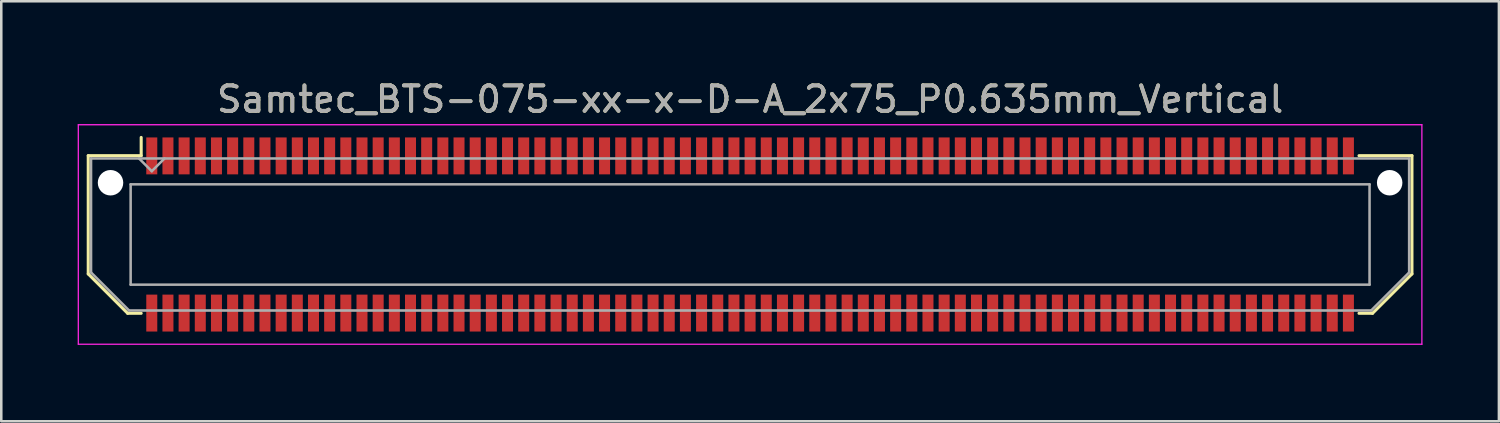
<source format=kicad_pcb>
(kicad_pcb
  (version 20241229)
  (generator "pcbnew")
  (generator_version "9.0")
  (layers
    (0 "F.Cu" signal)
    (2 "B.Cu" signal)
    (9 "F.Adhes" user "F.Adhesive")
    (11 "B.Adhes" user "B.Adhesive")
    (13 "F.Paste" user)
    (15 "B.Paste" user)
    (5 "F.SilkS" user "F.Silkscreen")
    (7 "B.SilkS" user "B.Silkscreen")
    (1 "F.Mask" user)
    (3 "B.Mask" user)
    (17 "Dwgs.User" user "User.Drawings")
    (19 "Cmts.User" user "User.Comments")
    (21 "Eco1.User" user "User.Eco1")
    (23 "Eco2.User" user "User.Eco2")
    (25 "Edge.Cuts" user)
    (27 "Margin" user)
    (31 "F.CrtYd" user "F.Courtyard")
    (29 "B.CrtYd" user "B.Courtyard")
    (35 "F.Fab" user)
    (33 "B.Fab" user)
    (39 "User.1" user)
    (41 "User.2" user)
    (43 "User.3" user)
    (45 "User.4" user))
  (footprint "Samtec_BTS-075-xx-x-D-A_2x75_P0.635mm_Vertical"
    (layer "F.Cu")
    (at 26.405 6.158)
    (property "Reference" "Samtec_BTS-075-xx-x-D-A_2x75_P0.635mm_Vertical" (at 0 -5.31 0) (layer "F.SilkS") (effects (font (size 1 1) (thickness 0.15))))
    (attr smd)
    (fp_line (start -25.99 -3.095) (end -25.99 1.548) (stroke (width 0.12) (type solid)) (layer "F.SilkS"))
    (fp_line (start -25.99 1.548) (end -24.442 3.095) (stroke (width 0.12) (type solid)) (layer "F.SilkS"))
    (fp_line (start -24.442 3.095) (end -23.911 3.095) (stroke (width 0.12) (type solid)) (layer "F.SilkS"))
    (fp_line (start -23.911 -3.811) (end -23.911 -3.095) (stroke (width 0.12) (type solid)) (layer "F.SilkS"))
    (fp_line (start -23.911 -3.095) (end -25.99 -3.095) (stroke (width 0.12) (type solid)) (layer "F.SilkS"))
    (fp_line (start 23.911 -3.095) (end 25.99 -3.095) (stroke (width 0.12) (type solid)) (layer "F.SilkS"))
    (fp_line (start 24.442 3.095) (end 23.911 3.095) (stroke (width 0.12) (type solid)) (layer "F.SilkS"))
    (fp_line (start 25.99 -3.095) (end 25.99 1.548) (stroke (width 0.12) (type solid)) (layer "F.SilkS"))
    (fp_line (start 25.99 1.548) (end 24.442 3.095) (stroke (width 0.12) (type solid)) (layer "F.SilkS"))
    (fp_line (start -26.38 -4.31) (end -26.38 4.31) (stroke (width 0.05) (type solid)) (layer "F.CrtYd"))
    (fp_line (start -26.38 4.31) (end 26.38 4.31) (stroke (width 0.05) (type solid)) (layer "F.CrtYd"))
    (fp_line (start 26.38 -4.31) (end -26.38 -4.31) (stroke (width 0.05) (type solid)) (layer "F.CrtYd"))
    (fp_line (start 26.38 4.31) (end 26.38 -4.31) (stroke (width 0.05) (type solid)) (layer "F.CrtYd"))
    (fp_line (start -25.88 -2.985) (end -25.88 1.492) (stroke (width 0.1) (type solid)) (layer "F.Fab"))
    (fp_line (start -25.88 -2.985) (end 25.88 -2.985) (stroke (width 0.1) (type solid)) (layer "F.Fab"))
    (fp_line (start -25.88 1.492) (end -24.387 2.985) (stroke (width 0.1) (type solid)) (layer "F.Fab"))
    (fp_line (start -24.387 2.985) (end 24.387 2.985) (stroke (width 0.1) (type solid)) (layer "F.Fab"))
    (fp_line (start -24.325 -1.97) (end -24.325 1.97) (stroke (width 0.1) (type solid)) (layer "F.Fab"))
    (fp_line (start -24.325 1.97) (end 24.325 1.97) (stroke (width 0.1) (type solid)) (layer "F.Fab"))
    (fp_line (start -23.495 -2.485) (end -23.995 -2.985) (stroke (width 0.1) (type solid)) (layer "F.Fab"))
    (fp_line (start -22.995 -2.985) (end -23.495 -2.485) (stroke (width 0.1) (type solid)) (layer "F.Fab"))
    (fp_line (start 24.325 -1.97) (end -24.325 -1.97) (stroke (width 0.1) (type solid)) (layer "F.Fab"))
    (fp_line (start 24.325 1.97) (end 24.325 -1.97) (stroke (width 0.1) (type solid)) (layer "F.Fab"))
    (fp_line (start 25.88 -2.985) (end 25.88 1.492) (stroke (width 0.1) (type solid)) (layer "F.Fab"))
    (fp_line (start 25.88 1.492) (end 24.387 2.985) (stroke (width 0.1) (type solid)) (layer "F.Fab"))
    (fp_text user "${REFERENCE}" (at 0 -5.31 0) (layer "F.Fab") (effects (font (size 1 1) (thickness 0.15))))
    (pad "" np_thru_hole circle (at -25.115 -2.032) (size 1 1) (drill 1) (layers "*.Cu" "*.Mask"))
    (pad "" np_thru_hole circle (at 25.115 -2.032) (size 1 1) (drill 1) (layers "*.Cu" "*.Mask"))
    (pad "1" smd rect (at -23.495 -3.086) (size 0.432 1.45) (layers "F.Cu" "F.Mask" "F.Paste"))
    (pad "2" smd rect (at -23.495 3.086) (size 0.432 1.45) (layers "F.Cu" "F.Mask" "F.Paste"))
    (pad "3" smd rect (at -22.86 -3.086) (size 0.432 1.45) (layers "F.Cu" "F.Mask" "F.Paste"))
    (pad "4" smd rect (at -22.86 3.086) (size 0.432 1.45) (layers "F.Cu" "F.Mask" "F.Paste"))
    (pad "5" smd rect (at -22.225 -3.086) (size 0.432 1.45) (layers "F.Cu" "F.Mask" "F.Paste"))
    (pad "6" smd rect (at -22.225 3.086) (size 0.432 1.45) (layers "F.Cu" "F.Mask" "F.Paste"))
    (pad "7" smd rect (at -21.59 -3.086) (size 0.432 1.45) (layers "F.Cu" "F.Mask" "F.Paste"))
    (pad "8" smd rect (at -21.59 3.086) (size 0.432 1.45) (layers "F.Cu" "F.Mask" "F.Paste"))
    (pad "9" smd rect (at -20.955 -3.086) (size 0.432 1.45) (layers "F.Cu" "F.Mask" "F.Paste"))
    (pad "10" smd rect (at -20.955 3.086) (size 0.432 1.45) (layers "F.Cu" "F.Mask" "F.Paste"))
    (pad "11" smd rect (at -20.32 -3.086) (size 0.432 1.45) (layers "F.Cu" "F.Mask" "F.Paste"))
    (pad "12" smd rect (at -20.32 3.086) (size 0.432 1.45) (layers "F.Cu" "F.Mask" "F.Paste"))
    (pad "13" smd rect (at -19.685 -3.086) (size 0.432 1.45) (layers "F.Cu" "F.Mask" "F.Paste"))
    (pad "14" smd rect (at -19.685 3.086) (size 0.432 1.45) (layers "F.Cu" "F.Mask" "F.Paste"))
    (pad "15" smd rect (at -19.05 -3.086) (size 0.432 1.45) (layers "F.Cu" "F.Mask" "F.Paste"))
    (pad "16" smd rect (at -19.05 3.086) (size 0.432 1.45) (layers "F.Cu" "F.Mask" "F.Paste"))
    (pad "17" smd rect (at -18.415 -3.086) (size 0.432 1.45) (layers "F.Cu" "F.Mask" "F.Paste"))
    (pad "18" smd rect (at -18.415 3.086) (size 0.432 1.45) (layers "F.Cu" "F.Mask" "F.Paste"))
    (pad "19" smd rect (at -17.78 -3.086) (size 0.432 1.45) (layers "F.Cu" "F.Mask" "F.Paste"))
    (pad "20" smd rect (at -17.78 3.086) (size 0.432 1.45) (layers "F.Cu" "F.Mask" "F.Paste"))
    (pad "21" smd rect (at -17.145 -3.086) (size 0.432 1.45) (layers "F.Cu" "F.Mask" "F.Paste"))
    (pad "22" smd rect (at -17.145 3.086) (size 0.432 1.45) (layers "F.Cu" "F.Mask" "F.Paste"))
    (pad "23" smd rect (at -16.51 -3.086) (size 0.432 1.45) (layers "F.Cu" "F.Mask" "F.Paste"))
    (pad "24" smd rect (at -16.51 3.086) (size 0.432 1.45) (layers "F.Cu" "F.Mask" "F.Paste"))
    (pad "25" smd rect (at -15.875 -3.086) (size 0.432 1.45) (layers "F.Cu" "F.Mask" "F.Paste"))
    (pad "26" smd rect (at -15.875 3.086) (size 0.432 1.45) (layers "F.Cu" "F.Mask" "F.Paste"))
    (pad "27" smd rect (at -15.24 -3.086) (size 0.432 1.45) (layers "F.Cu" "F.Mask" "F.Paste"))
    (pad "28" smd rect (at -15.24 3.086) (size 0.432 1.45) (layers "F.Cu" "F.Mask" "F.Paste"))
    (pad "29" smd rect (at -14.605 -3.086) (size 0.432 1.45) (layers "F.Cu" "F.Mask" "F.Paste"))
    (pad "30" smd rect (at -14.605 3.086) (size 0.432 1.45) (layers "F.Cu" "F.Mask" "F.Paste"))
    (pad "31" smd rect (at -13.97 -3.086) (size 0.432 1.45) (layers "F.Cu" "F.Mask" "F.Paste"))
    (pad "32" smd rect (at -13.97 3.086) (size 0.432 1.45) (layers "F.Cu" "F.Mask" "F.Paste"))
    (pad "33" smd rect (at -13.335 -3.086) (size 0.432 1.45) (layers "F.Cu" "F.Mask" "F.Paste"))
    (pad "34" smd rect (at -13.335 3.086) (size 0.432 1.45) (layers "F.Cu" "F.Mask" "F.Paste"))
    (pad "35" smd rect (at -12.7 -3.086) (size 0.432 1.45) (layers "F.Cu" "F.Mask" "F.Paste"))
    (pad "36" smd rect (at -12.7 3.086) (size 0.432 1.45) (layers "F.Cu" "F.Mask" "F.Paste"))
    (pad "37" smd rect (at -12.065 -3.086) (size 0.432 1.45) (layers "F.Cu" "F.Mask" "F.Paste"))
    (pad "38" smd rect (at -12.065 3.086) (size 0.432 1.45) (layers "F.Cu" "F.Mask" "F.Paste"))
    (pad "39" smd rect (at -11.43 -3.086) (size 0.432 1.45) (layers "F.Cu" "F.Mask" "F.Paste"))
    (pad "40" smd rect (at -11.43 3.086) (size 0.432 1.45) (layers "F.Cu" "F.Mask" "F.Paste"))
    (pad "41" smd rect (at -10.795 -3.086) (size 0.432 1.45) (layers "F.Cu" "F.Mask" "F.Paste"))
    (pad "42" smd rect (at -10.795 3.086) (size 0.432 1.45) (layers "F.Cu" "F.Mask" "F.Paste"))
    (pad "43" smd rect (at -10.16 -3.086) (size 0.432 1.45) (layers "F.Cu" "F.Mask" "F.Paste"))
    (pad "44" smd rect (at -10.16 3.086) (size 0.432 1.45) (layers "F.Cu" "F.Mask" "F.Paste"))
    (pad "45" smd rect (at -9.525 -3.086) (size 0.432 1.45) (layers "F.Cu" "F.Mask" "F.Paste"))
    (pad "46" smd rect (at -9.525 3.086) (size 0.432 1.45) (layers "F.Cu" "F.Mask" "F.Paste"))
    (pad "47" smd rect (at -8.89 -3.086) (size 0.432 1.45) (layers "F.Cu" "F.Mask" "F.Paste"))
    (pad "48" smd rect (at -8.89 3.086) (size 0.432 1.45) (layers "F.Cu" "F.Mask" "F.Paste"))
    (pad "49" smd rect (at -8.255 -3.086) (size 0.432 1.45) (layers "F.Cu" "F.Mask" "F.Paste"))
    (pad "50" smd rect (at -8.255 3.086) (size 0.432 1.45) (layers "F.Cu" "F.Mask" "F.Paste"))
    (pad "51" smd rect (at -7.62 -3.086) (size 0.432 1.45) (layers "F.Cu" "F.Mask" "F.Paste"))
    (pad "52" smd rect (at -7.62 3.086) (size 0.432 1.45) (layers "F.Cu" "F.Mask" "F.Paste"))
    (pad "53" smd rect (at -6.985 -3.086) (size 0.432 1.45) (layers "F.Cu" "F.Mask" "F.Paste"))
    (pad "54" smd rect (at -6.985 3.086) (size 0.432 1.45) (layers "F.Cu" "F.Mask" "F.Paste"))
    (pad "55" smd rect (at -6.35 -3.086) (size 0.432 1.45) (layers "F.Cu" "F.Mask" "F.Paste"))
    (pad "56" smd rect (at -6.35 3.086) (size 0.432 1.45) (layers "F.Cu" "F.Mask" "F.Paste"))
    (pad "57" smd rect (at -5.715 -3.086) (size 0.432 1.45) (layers "F.Cu" "F.Mask" "F.Paste"))
    (pad "58" smd rect (at -5.715 3.086) (size 0.432 1.45) (layers "F.Cu" "F.Mask" "F.Paste"))
    (pad "59" smd rect (at -5.08 -3.086) (size 0.432 1.45) (layers "F.Cu" "F.Mask" "F.Paste"))
    (pad "60" smd rect (at -5.08 3.086) (size 0.432 1.45) (layers "F.Cu" "F.Mask" "F.Paste"))
    (pad "61" smd rect (at -4.445 -3.086) (size 0.432 1.45) (layers "F.Cu" "F.Mask" "F.Paste"))
    (pad "62" smd rect (at -4.445 3.086) (size 0.432 1.45) (layers "F.Cu" "F.Mask" "F.Paste"))
    (pad "63" smd rect (at -3.81 -3.086) (size 0.432 1.45) (layers "F.Cu" "F.Mask" "F.Paste"))
    (pad "64" smd rect (at -3.81 3.086) (size 0.432 1.45) (layers "F.Cu" "F.Mask" "F.Paste"))
    (pad "65" smd rect (at -3.175 -3.086) (size 0.432 1.45) (layers "F.Cu" "F.Mask" "F.Paste"))
    (pad "66" smd rect (at -3.175 3.086) (size 0.432 1.45) (layers "F.Cu" "F.Mask" "F.Paste"))
    (pad "67" smd rect (at -2.54 -3.086) (size 0.432 1.45) (layers "F.Cu" "F.Mask" "F.Paste"))
    (pad "68" smd rect (at -2.54 3.086) (size 0.432 1.45) (layers "F.Cu" "F.Mask" "F.Paste"))
    (pad "69" smd rect (at -1.905 -3.086) (size 0.432 1.45) (layers "F.Cu" "F.Mask" "F.Paste"))
    (pad "70" smd rect (at -1.905 3.086) (size 0.432 1.45) (layers "F.Cu" "F.Mask" "F.Paste"))
    (pad "71" smd rect (at -1.27 -3.086) (size 0.432 1.45) (layers "F.Cu" "F.Mask" "F.Paste"))
    (pad "72" smd rect (at -1.27 3.086) (size 0.432 1.45) (layers "F.Cu" "F.Mask" "F.Paste"))
    (pad "73" smd rect (at -0.635 -3.086) (size 0.432 1.45) (layers "F.Cu" "F.Mask" "F.Paste"))
    (pad "74" smd rect (at -0.635 3.086) (size 0.432 1.45) (layers "F.Cu" "F.Mask" "F.Paste"))
    (pad "75" smd rect (at 0 -3.086) (size 0.432 1.45) (layers "F.Cu" "F.Mask" "F.Paste"))
    (pad "76" smd rect (at 0 3.086) (size 0.432 1.45) (layers "F.Cu" "F.Mask" "F.Paste"))
    (pad "77" smd rect (at 0.635 -3.086) (size 0.432 1.45) (layers "F.Cu" "F.Mask" "F.Paste"))
    (pad "78" smd rect (at 0.635 3.086) (size 0.432 1.45) (layers "F.Cu" "F.Mask" "F.Paste"))
    (pad "79" smd rect (at 1.27 -3.086) (size 0.432 1.45) (layers "F.Cu" "F.Mask" "F.Paste"))
    (pad "80" smd rect (at 1.27 3.086) (size 0.432 1.45) (layers "F.Cu" "F.Mask" "F.Paste"))
    (pad "81" smd rect (at 1.905 -3.086) (size 0.432 1.45) (layers "F.Cu" "F.Mask" "F.Paste"))
    (pad "82" smd rect (at 1.905 3.086) (size 0.432 1.45) (layers "F.Cu" "F.Mask" "F.Paste"))
    (pad "83" smd rect (at 2.54 -3.086) (size 0.432 1.45) (layers "F.Cu" "F.Mask" "F.Paste"))
    (pad "84" smd rect (at 2.54 3.086) (size 0.432 1.45) (layers "F.Cu" "F.Mask" "F.Paste"))
    (pad "85" smd rect (at 3.175 -3.086) (size 0.432 1.45) (layers "F.Cu" "F.Mask" "F.Paste"))
    (pad "86" smd rect (at 3.175 3.086) (size 0.432 1.45) (layers "F.Cu" "F.Mask" "F.Paste"))
    (pad "87" smd rect (at 3.81 -3.086) (size 0.432 1.45) (layers "F.Cu" "F.Mask" "F.Paste"))
    (pad "88" smd rect (at 3.81 3.086) (size 0.432 1.45) (layers "F.Cu" "F.Mask" "F.Paste"))
    (pad "89" smd rect (at 4.445 -3.086) (size 0.432 1.45) (layers "F.Cu" "F.Mask" "F.Paste"))
    (pad "90" smd rect (at 4.445 3.086) (size 0.432 1.45) (layers "F.Cu" "F.Mask" "F.Paste"))
    (pad "91" smd rect (at 5.08 -3.086) (size 0.432 1.45) (layers "F.Cu" "F.Mask" "F.Paste"))
    (pad "92" smd rect (at 5.08 3.086) (size 0.432 1.45) (layers "F.Cu" "F.Mask" "F.Paste"))
    (pad "93" smd rect (at 5.715 -3.086) (size 0.432 1.45) (layers "F.Cu" "F.Mask" "F.Paste"))
    (pad "94" smd rect (at 5.715 3.086) (size 0.432 1.45) (layers "F.Cu" "F.Mask" "F.Paste"))
    (pad "95" smd rect (at 6.35 -3.086) (size 0.432 1.45) (layers "F.Cu" "F.Mask" "F.Paste"))
    (pad "96" smd rect (at 6.35 3.086) (size 0.432 1.45) (layers "F.Cu" "F.Mask" "F.Paste"))
    (pad "97" smd rect (at 6.985 -3.086) (size 0.432 1.45) (layers "F.Cu" "F.Mask" "F.Paste"))
    (pad "98" smd rect (at 6.985 3.086) (size 0.432 1.45) (layers "F.Cu" "F.Mask" "F.Paste"))
    (pad "99" smd rect (at 7.62 -3.086) (size 0.432 1.45) (layers "F.Cu" "F.Mask" "F.Paste"))
    (pad "100" smd rect (at 7.62 3.086) (size 0.432 1.45) (layers "F.Cu" "F.Mask" "F.Paste"))
    (pad "101" smd rect (at 8.255 -3.086) (size 0.432 1.45) (layers "F.Cu" "F.Mask" "F.Paste"))
    (pad "102" smd rect (at 8.255 3.086) (size 0.432 1.45) (layers "F.Cu" "F.Mask" "F.Paste"))
    (pad "103" smd rect (at 8.89 -3.086) (size 0.432 1.45) (layers "F.Cu" "F.Mask" "F.Paste"))
    (pad "104" smd rect (at 8.89 3.086) (size 0.432 1.45) (layers "F.Cu" "F.Mask" "F.Paste"))
    (pad "105" smd rect (at 9.525 -3.086) (size 0.432 1.45) (layers "F.Cu" "F.Mask" "F.Paste"))
    (pad "106" smd rect (at 9.525 3.086) (size 0.432 1.45) (layers "F.Cu" "F.Mask" "F.Paste"))
    (pad "107" smd rect (at 10.16 -3.086) (size 0.432 1.45) (layers "F.Cu" "F.Mask" "F.Paste"))
    (pad "108" smd rect (at 10.16 3.086) (size 0.432 1.45) (layers "F.Cu" "F.Mask" "F.Paste"))
    (pad "109" smd rect (at 10.795 -3.086) (size 0.432 1.45) (layers "F.Cu" "F.Mask" "F.Paste"))
    (pad "110" smd rect (at 10.795 3.086) (size 0.432 1.45) (layers "F.Cu" "F.Mask" "F.Paste"))
    (pad "111" smd rect (at 11.43 -3.086) (size 0.432 1.45) (layers "F.Cu" "F.Mask" "F.Paste"))
    (pad "112" smd rect (at 11.43 3.086) (size 0.432 1.45) (layers "F.Cu" "F.Mask" "F.Paste"))
    (pad "113" smd rect (at 12.065 -3.086) (size 0.432 1.45) (layers "F.Cu" "F.Mask" "F.Paste"))
    (pad "114" smd rect (at 12.065 3.086) (size 0.432 1.45) (layers "F.Cu" "F.Mask" "F.Paste"))
    (pad "115" smd rect (at 12.7 -3.086) (size 0.432 1.45) (layers "F.Cu" "F.Mask" "F.Paste"))
    (pad "116" smd rect (at 12.7 3.086) (size 0.432 1.45) (layers "F.Cu" "F.Mask" "F.Paste"))
    (pad "117" smd rect (at 13.335 -3.086) (size 0.432 1.45) (layers "F.Cu" "F.Mask" "F.Paste"))
    (pad "118" smd rect (at 13.335 3.086) (size 0.432 1.45) (layers "F.Cu" "F.Mask" "F.Paste"))
    (pad "119" smd rect (at 13.97 -3.086) (size 0.432 1.45) (layers "F.Cu" "F.Mask" "F.Paste"))
    (pad "120" smd rect (at 13.97 3.086) (size 0.432 1.45) (layers "F.Cu" "F.Mask" "F.Paste"))
    (pad "121" smd rect (at 14.605 -3.086) (size 0.432 1.45) (layers "F.Cu" "F.Mask" "F.Paste"))
    (pad "122" smd rect (at 14.605 3.086) (size 0.432 1.45) (layers "F.Cu" "F.Mask" "F.Paste"))
    (pad "123" smd rect (at 15.24 -3.086) (size 0.432 1.45) (layers "F.Cu" "F.Mask" "F.Paste"))
    (pad "124" smd rect (at 15.24 3.086) (size 0.432 1.45) (layers "F.Cu" "F.Mask" "F.Paste"))
    (pad "125" smd rect (at 15.875 -3.086) (size 0.432 1.45) (layers "F.Cu" "F.Mask" "F.Paste"))
    (pad "126" smd rect (at 15.875 3.086) (size 0.432 1.45) (layers "F.Cu" "F.Mask" "F.Paste"))
    (pad "127" smd rect (at 16.51 -3.086) (size 0.432 1.45) (layers "F.Cu" "F.Mask" "F.Paste"))
    (pad "128" smd rect (at 16.51 3.086) (size 0.432 1.45) (layers "F.Cu" "F.Mask" "F.Paste"))
    (pad "129" smd rect (at 17.145 -3.086) (size 0.432 1.45) (layers "F.Cu" "F.Mask" "F.Paste"))
    (pad "130" smd rect (at 17.145 3.086) (size 0.432 1.45) (layers "F.Cu" "F.Mask" "F.Paste"))
    (pad "131" smd rect (at 17.78 -3.086) (size 0.432 1.45) (layers "F.Cu" "F.Mask" "F.Paste"))
    (pad "132" smd rect (at 17.78 3.086) (size 0.432 1.45) (layers "F.Cu" "F.Mask" "F.Paste"))
    (pad "133" smd rect (at 18.415 -3.086) (size 0.432 1.45) (layers "F.Cu" "F.Mask" "F.Paste"))
    (pad "134" smd rect (at 18.415 3.086) (size 0.432 1.45) (layers "F.Cu" "F.Mask" "F.Paste"))
    (pad "135" smd rect (at 19.05 -3.086) (size 0.432 1.45) (layers "F.Cu" "F.Mask" "F.Paste"))
    (pad "136" smd rect (at 19.05 3.086) (size 0.432 1.45) (layers "F.Cu" "F.Mask" "F.Paste"))
    (pad "137" smd rect (at 19.685 -3.086) (size 0.432 1.45) (layers "F.Cu" "F.Mask" "F.Paste"))
    (pad "138" smd rect (at 19.685 3.086) (size 0.432 1.45) (layers "F.Cu" "F.Mask" "F.Paste"))
    (pad "139" smd rect (at 20.32 -3.086) (size 0.432 1.45) (layers "F.Cu" "F.Mask" "F.Paste"))
    (pad "140" smd rect (at 20.32 3.086) (size 0.432 1.45) (layers "F.Cu" "F.Mask" "F.Paste"))
    (pad "141" smd rect (at 20.955 -3.086) (size 0.432 1.45) (layers "F.Cu" "F.Mask" "F.Paste"))
    (pad "142" smd rect (at 20.955 3.086) (size 0.432 1.45) (layers "F.Cu" "F.Mask" "F.Paste"))
    (pad "143" smd rect (at 21.59 -3.086) (size 0.432 1.45) (layers "F.Cu" "F.Mask" "F.Paste"))
    (pad "144" smd rect (at 21.59 3.086) (size 0.432 1.45) (layers "F.Cu" "F.Mask" "F.Paste"))
    (pad "145" smd rect (at 22.225 -3.086) (size 0.432 1.45) (layers "F.Cu" "F.Mask" "F.Paste"))
    (pad "146" smd rect (at 22.225 3.086) (size 0.432 1.45) (layers "F.Cu" "F.Mask" "F.Paste"))
    (pad "147" smd rect (at 22.86 -3.086) (size 0.432 1.45) (layers "F.Cu" "F.Mask" "F.Paste"))
    (pad "148" smd rect (at 22.86 3.086) (size 0.432 1.45) (layers "F.Cu" "F.Mask" "F.Paste"))
    (pad "149" smd rect (at 23.495 -3.086) (size 0.432 1.45) (layers "F.Cu" "F.Mask" "F.Paste"))
    (pad "150" smd rect (at 23.495 3.086) (size 0.432 1.45) (layers "F.Cu" "F.Mask" "F.Paste")))
  (gr_rect
    (start -3 -3)
    (end 55.81 13.493)
    (stroke (width 0.1) (type default))
    (fill no)
    (layer "Edge.Cuts")))
</source>
